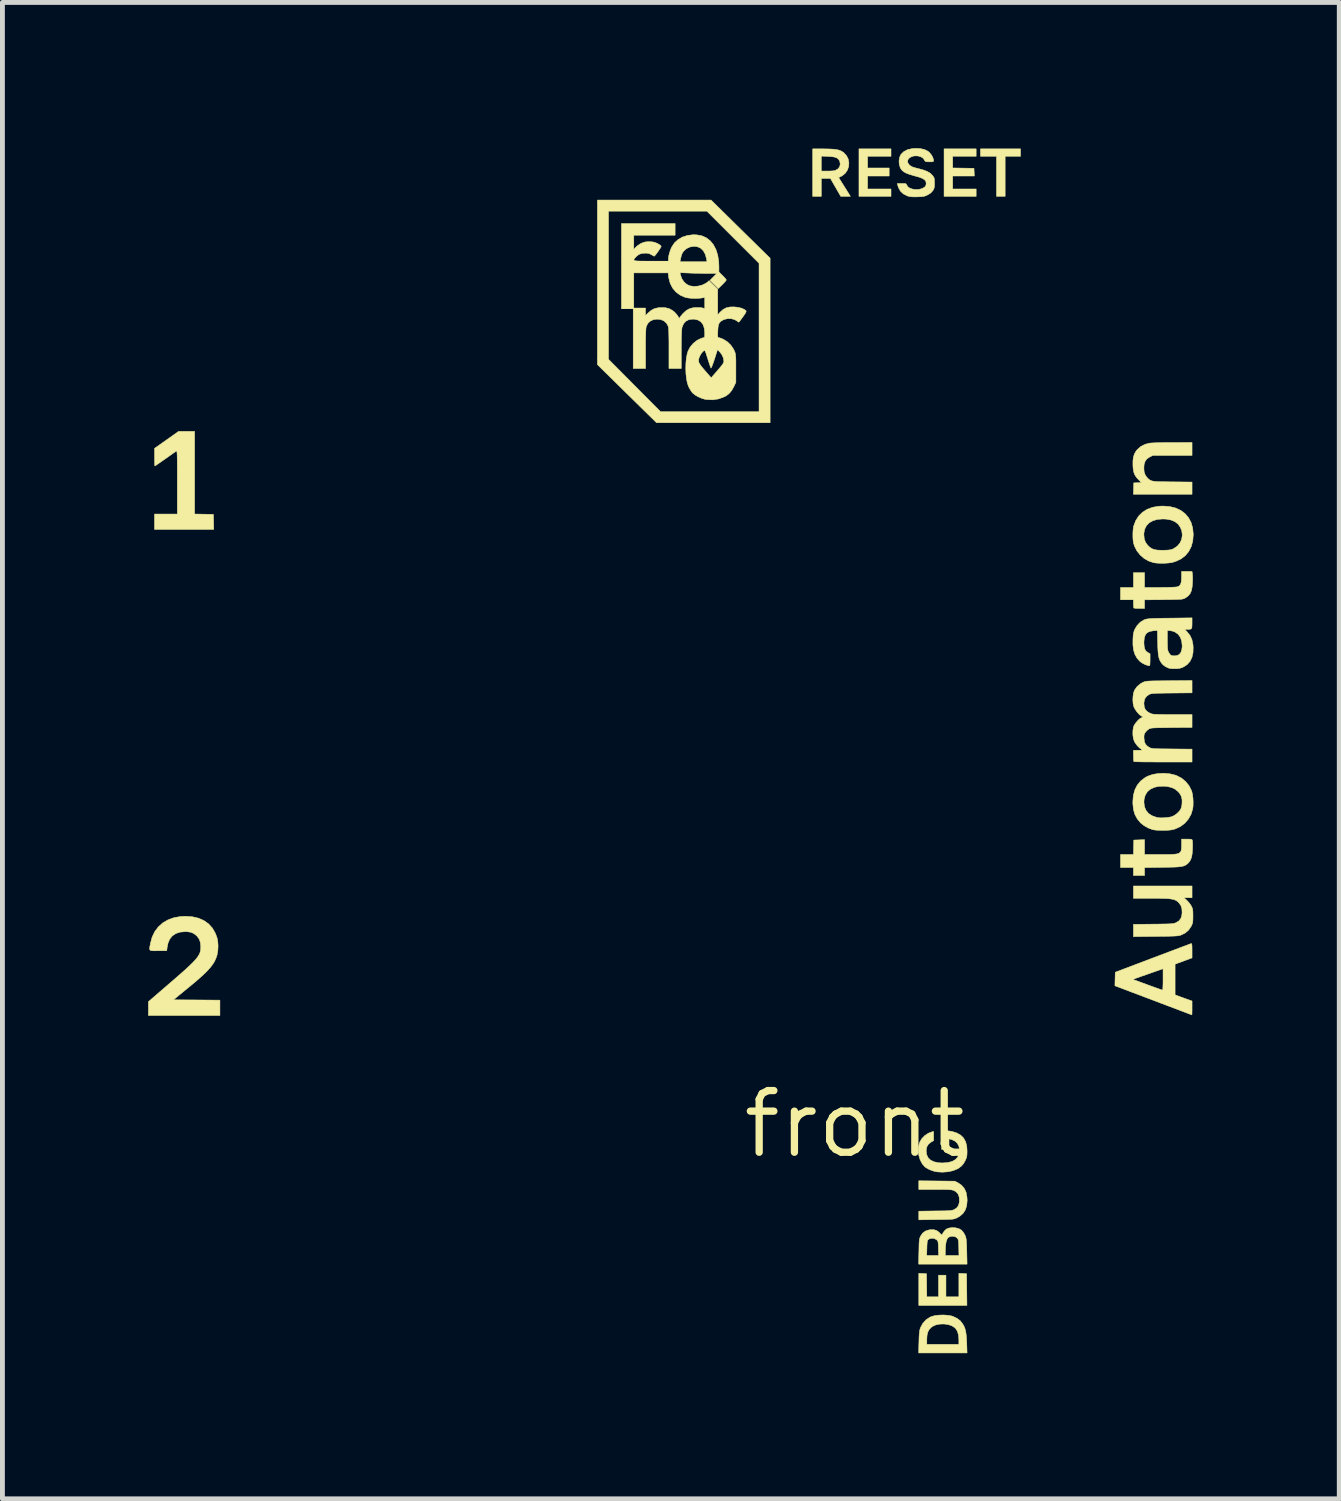
<source format=kicad_pcb>
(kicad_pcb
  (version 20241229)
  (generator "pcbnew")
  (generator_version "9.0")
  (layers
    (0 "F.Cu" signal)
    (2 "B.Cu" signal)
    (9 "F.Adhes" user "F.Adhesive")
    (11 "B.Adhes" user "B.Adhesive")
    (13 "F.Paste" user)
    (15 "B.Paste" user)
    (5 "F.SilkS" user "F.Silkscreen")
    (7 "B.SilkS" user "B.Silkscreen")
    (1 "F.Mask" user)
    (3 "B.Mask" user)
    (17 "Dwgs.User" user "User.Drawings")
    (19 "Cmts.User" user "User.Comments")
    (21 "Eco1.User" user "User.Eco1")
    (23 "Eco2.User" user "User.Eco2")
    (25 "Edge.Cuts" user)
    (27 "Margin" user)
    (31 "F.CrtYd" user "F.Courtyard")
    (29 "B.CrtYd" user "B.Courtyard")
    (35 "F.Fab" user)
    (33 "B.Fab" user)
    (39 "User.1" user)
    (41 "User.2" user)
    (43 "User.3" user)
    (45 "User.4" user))
  (footprint "front"
    (layer "F.Cu")
    (at 14.546 20.094)
    (property "Reference" "front" (at 0 0 0) (layer "F.SilkS") (effects (font (size 1.27 1.27) (thickness 0.15))))
    (attr through_hole)
    (fp_poly (pts (xy 3.416 -19.926) (xy 3.099 -19.926) (xy 3.099 -19.101) (xy 2.921 -19.101) (xy 2.921 -19.926) (xy 2.591 -19.926) (xy 2.591 -20.079) (xy 3.416 -20.079) (xy 3.416 -19.926)) (stroke (width 0.01) (type solid)) (fill yes) (layer "F.SilkS"))
    (fp_poly (pts (xy 0.749 -19.926) (xy 0.267 -19.926) (xy 0.267 -19.685) (xy 0.711 -19.685) (xy 0.711 -19.52) (xy 0.267 -19.52) (xy 0.267 -19.253) (xy 0.749 -19.253) (xy 0.749 -19.101) (xy 0.089 -19.101) (xy 0.089 -20.079) (xy 0.749 -20.079) (xy 0.749 -19.926)) (stroke (width 0.01) (type solid)) (fill yes) (layer "F.SilkS"))
    (fp_poly (pts (xy 2.502 -19.926) (xy 2.019 -19.926) (xy 2.019 -19.686) (xy 2.457 -19.679) (xy 2.465 -19.52) (xy 2.019 -19.52) (xy 2.019 -19.253) (xy 2.502 -19.253) (xy 2.502 -19.101) (xy 1.841 -19.101) (xy 1.841 -20.079) (xy 2.502 -20.079) (xy 2.502 -19.926)) (stroke (width 0.01) (type solid)) (fill yes) (layer "F.SilkS"))
    (fp_poly (pts (xy 2.226 3.076) (xy 2.305 3.08) (xy 2.312 3.734) (xy 1.321 3.734) (xy 1.321 3.072) (xy 1.4 3.076) (xy 1.48 3.08) (xy 1.486 3.556) (xy 1.727 3.556) (xy 1.727 3.111) (xy 1.88 3.111) (xy 1.88 3.556) (xy 2.146 3.556) (xy 2.146 3.072) (xy 2.226 3.076)) (stroke (width 0.01) (type solid)) (fill yes) (layer "F.SilkS"))
    (fp_poly (pts (xy -2.348 -18.426) (xy -1.74 -17.828) (xy -1.74 -14.44) (xy -4.078 -14.44) (xy -4.687 -15.038) (xy -5.296 -15.637) (xy -5.296 -18.796) (xy -5.067 -18.796) (xy -5.067 -15.746) (xy -3.996 -14.668) (xy -1.968 -14.668) (xy -1.968 -17.723) (xy -3.042 -18.796) (xy -5.067 -18.796) (xy -5.296 -18.796) (xy -5.296 -19.025) (xy -2.956 -19.025) (xy -2.348 -18.426)) (stroke (width 0.01) (type solid)) (fill yes) (layer "F.SilkS"))
    (fp_poly (pts (xy -13.589 -12.561) (xy -13.202 -12.554) (xy -13.198 -12.398) (xy -13.195 -12.243) (xy -14.415 -12.243) (xy -14.415 -12.56) (xy -13.945 -12.56) (xy -13.945 -13.215) (xy -13.945 -13.364) (xy -13.945 -13.489) (xy -13.946 -13.592) (xy -13.946 -13.676) (xy -13.948 -13.741) (xy -13.949 -13.79) (xy -13.952 -13.825) (xy -13.954 -13.847) (xy -13.957 -13.858) (xy -13.961 -13.86) (xy -13.961 -13.86) (xy -13.977 -13.849) (xy -14.009 -13.827) (xy -14.055 -13.794) (xy -14.112 -13.754) (xy -14.176 -13.709) (xy -14.189 -13.7) (xy -14.253 -13.655) (xy -14.31 -13.615) (xy -14.357 -13.583) (xy -14.39 -13.561) (xy -14.406 -13.551) (xy -14.407 -13.551) (xy -14.41 -13.563) (xy -14.412 -13.596) (xy -14.413 -13.645) (xy -14.414 -13.706) (xy -14.414 -13.732) (xy -14.414 -13.913) (xy -14.167 -14.087) (xy -13.92 -14.262) (xy -13.589 -14.262) (xy -13.589 -12.561)) (stroke (width 0.01) (type solid)) (fill yes) (layer "F.SilkS"))
    (fp_poly (pts (xy 6.891 -5.867) (xy 6.923 -5.865) (xy 6.941 -5.86) (xy 6.95 -5.85) (xy 6.955 -5.835) (xy 6.957 -5.809) (xy 6.959 -5.765) (xy 6.958 -5.709) (xy 6.957 -5.66) (xy 6.95 -5.568) (xy 6.937 -5.495) (xy 6.915 -5.438) (xy 6.885 -5.392) (xy 6.863 -5.369) (xy 6.839 -5.349) (xy 6.814 -5.332) (xy 6.787 -5.319) (xy 6.752 -5.308) (xy 6.708 -5.301) (xy 6.652 -5.295) (xy 6.579 -5.291) (xy 6.489 -5.289) (xy 6.377 -5.287) (xy 6.34 -5.286) (xy 5.969 -5.281) (xy 5.969 -5.118) (xy 5.74 -5.118) (xy 5.74 -5.283) (xy 5.474 -5.283) (xy 5.474 -5.55) (xy 5.74 -5.55) (xy 5.743 -5.699) (xy 5.747 -5.848) (xy 5.858 -5.852) (xy 5.969 -5.856) (xy 5.969 -5.55) (xy 6.3 -5.55) (xy 6.416 -5.55) (xy 6.509 -5.552) (xy 6.581 -5.556) (xy 6.636 -5.563) (xy 6.676 -5.576) (xy 6.702 -5.595) (xy 6.719 -5.621) (xy 6.727 -5.656) (xy 6.73 -5.701) (xy 6.731 -5.757) (xy 6.731 -5.76) (xy 6.731 -5.867) (xy 6.839 -5.867) (xy 6.891 -5.867)) (stroke (width 0.01) (type solid)) (fill yes) (layer "F.SilkS"))
    (fp_poly (pts (xy 6.947 -13.767) (xy 6.139 -13.767) (xy 6.074 -13.734) (xy 6.018 -13.696) (xy 5.981 -13.646) (xy 5.96 -13.58) (xy 5.955 -13.509) (xy 5.961 -13.429) (xy 5.983 -13.365) (xy 6.021 -13.312) (xy 6.027 -13.305) (xy 6.049 -13.284) (xy 6.068 -13.268) (xy 6.089 -13.255) (xy 6.114 -13.245) (xy 6.146 -13.237) (xy 6.188 -13.232) (xy 6.243 -13.228) (xy 6.314 -13.226) (xy 6.404 -13.225) (xy 6.516 -13.223) (xy 6.544 -13.223) (xy 6.947 -13.219) (xy 6.947 -12.967) (xy 5.739 -12.967) (xy 5.747 -13.202) (xy 5.825 -13.205) (xy 5.904 -13.209) (xy 5.848 -13.265) (xy 5.8 -13.318) (xy 5.767 -13.37) (xy 5.746 -13.426) (xy 5.734 -13.496) (xy 5.73 -13.559) (xy 5.73 -13.655) (xy 5.74 -13.733) (xy 5.76 -13.798) (xy 5.793 -13.855) (xy 5.818 -13.886) (xy 5.891 -13.951) (xy 5.979 -13.996) (xy 6.072 -14.02) (xy 6.105 -14.023) (xy 6.16 -14.026) (xy 6.232 -14.029) (xy 6.318 -14.031) (xy 6.413 -14.033) (xy 6.514 -14.033) (xy 6.55 -14.033) (xy 6.947 -14.034) (xy 6.947 -13.767)) (stroke (width 0.01) (type solid)) (fill yes) (layer "F.SilkS"))
    (fp_poly (pts (xy 1.917 3.936) (xy 1.995 3.95) (xy 2.024 3.959) (xy 2.108 3.999) (xy 2.174 4.049) (xy 2.224 4.113) (xy 2.251 4.159) (xy 2.27 4.206) (xy 2.285 4.26) (xy 2.295 4.324) (xy 2.303 4.404) (xy 2.308 4.505) (xy 2.308 4.505) (xy 2.315 4.712) (xy 1.318 4.712) (xy 1.322 4.534) (xy 1.486 4.534) (xy 2.146 4.534) (xy 2.146 4.441) (xy 2.138 4.342) (xy 2.115 4.263) (xy 2.075 4.204) (xy 2.063 4.192) (xy 2.001 4.152) (xy 1.924 4.127) (xy 1.839 4.115) (xy 1.753 4.118) (xy 1.672 4.134) (xy 1.603 4.166) (xy 1.581 4.182) (xy 1.536 4.228) (xy 1.507 4.282) (xy 1.491 4.349) (xy 1.486 4.429) (xy 1.486 4.534) (xy 1.322 4.534) (xy 1.324 4.486) (xy 1.326 4.401) (xy 1.329 4.337) (xy 1.334 4.288) (xy 1.339 4.25) (xy 1.347 4.218) (xy 1.358 4.187) (xy 1.359 4.185) (xy 1.404 4.102) (xy 1.469 4.03) (xy 1.549 3.977) (xy 1.582 3.962) (xy 1.651 3.943) (xy 1.736 3.933) (xy 1.828 3.93) (xy 1.917 3.936)) (stroke (width 0.01) (type solid)) (fill yes) (layer "F.SilkS"))
    (fp_poly (pts (xy 6.954 -11.334) (xy 6.957 -11.302) (xy 6.959 -11.252) (xy 6.958 -11.193) (xy 6.957 -11.153) (xy 6.949 -11.058) (xy 6.934 -10.983) (xy 6.909 -10.925) (xy 6.872 -10.879) (xy 6.822 -10.841) (xy 6.801 -10.829) (xy 6.785 -10.821) (xy 6.769 -10.815) (xy 6.748 -10.81) (xy 6.721 -10.806) (xy 6.683 -10.804) (xy 6.632 -10.802) (xy 6.565 -10.8) (xy 6.479 -10.799) (xy 6.371 -10.798) (xy 6.36 -10.797) (xy 5.969 -10.794) (xy 5.969 -10.617) (xy 5.863 -10.617) (xy 5.814 -10.618) (xy 5.774 -10.621) (xy 5.752 -10.624) (xy 5.749 -10.626) (xy 5.744 -10.642) (xy 5.741 -10.676) (xy 5.74 -10.715) (xy 5.74 -10.795) (xy 5.474 -10.795) (xy 5.474 -11.049) (xy 5.74 -11.049) (xy 5.74 -11.354) (xy 5.969 -11.354) (xy 5.969 -11.049) (xy 6.283 -11.049) (xy 6.381 -11.05) (xy 6.469 -11.051) (xy 6.543 -11.054) (xy 6.601 -11.057) (xy 6.638 -11.061) (xy 6.646 -11.063) (xy 6.682 -11.079) (xy 6.706 -11.106) (xy 6.722 -11.149) (xy 6.729 -11.21) (xy 6.731 -11.271) (xy 6.731 -11.379) (xy 6.946 -11.379) (xy 6.954 -11.334)) (stroke (width 0.01) (type solid)) (fill yes) (layer "F.SilkS"))
    (fp_poly (pts (xy -0.531 -20.077) (xy -0.444 -20.073) (xy -0.375 -20.065) (xy -0.319 -20.052) (xy -0.275 -20.034) (xy -0.236 -20.01) (xy -0.223 -20) (xy -0.167 -19.939) (xy -0.132 -19.869) (xy -0.118 -19.793) (xy -0.123 -19.717) (xy -0.147 -19.645) (xy -0.19 -19.58) (xy -0.252 -19.528) (xy -0.282 -19.511) (xy -0.329 -19.488) (xy -0.237 -19.342) (xy -0.2 -19.283) (xy -0.165 -19.228) (xy -0.137 -19.182) (xy -0.117 -19.151) (xy -0.116 -19.148) (xy -0.087 -19.101) (xy -0.186 -19.101) (xy -0.286 -19.101) (xy -0.392 -19.285) (xy -0.498 -19.469) (xy -0.686 -19.469) (xy -0.686 -19.101) (xy -0.864 -19.101) (xy -0.864 -19.622) (xy -0.686 -19.622) (xy -0.56 -19.622) (xy -0.501 -19.623) (xy -0.449 -19.626) (xy -0.41 -19.632) (xy -0.398 -19.635) (xy -0.343 -19.667) (xy -0.309 -19.711) (xy -0.296 -19.765) (xy -0.307 -19.824) (xy -0.309 -19.828) (xy -0.329 -19.863) (xy -0.358 -19.888) (xy -0.399 -19.906) (xy -0.457 -19.917) (xy -0.536 -19.923) (xy -0.549 -19.924) (xy -0.686 -19.93) (xy -0.686 -19.622) (xy -0.864 -19.622) (xy -0.864 -20.079) (xy -0.639 -20.079) (xy -0.531 -20.077)) (stroke (width 0.01) (type solid)) (fill yes) (layer "F.SilkS"))
    (fp_poly (pts (xy 1.692 1.171) (xy 2.064 1.175) (xy 2.129 1.209) (xy 2.203 1.26) (xy 2.258 1.325) (xy 2.295 1.405) (xy 2.313 1.503) (xy 2.317 1.575) (xy 2.307 1.679) (xy 2.279 1.767) (xy 2.232 1.839) (xy 2.164 1.898) (xy 2.108 1.929) (xy 2.087 1.939) (xy 2.068 1.946) (xy 2.046 1.952) (xy 2.02 1.957) (xy 1.985 1.96) (xy 1.938 1.962) (xy 1.876 1.964) (xy 1.796 1.965) (xy 1.694 1.966) (xy 1.68 1.966) (xy 1.321 1.971) (xy 1.321 1.793) (xy 1.661 1.788) (xy 1.764 1.787) (xy 1.845 1.786) (xy 1.907 1.784) (xy 1.953 1.781) (xy 1.987 1.778) (xy 2.013 1.773) (xy 2.032 1.767) (xy 2.049 1.76) (xy 2.05 1.759) (xy 2.102 1.725) (xy 2.134 1.683) (xy 2.152 1.626) (xy 2.157 1.583) (xy 2.153 1.505) (xy 2.132 1.443) (xy 2.092 1.397) (xy 2.054 1.373) (xy 2.036 1.365) (xy 2.017 1.359) (xy 1.994 1.354) (xy 1.963 1.351) (xy 1.922 1.348) (xy 1.866 1.347) (xy 1.792 1.346) (xy 1.698 1.346) (xy 1.66 1.346) (xy 1.321 1.346) (xy 1.321 1.167) (xy 1.692 1.171)) (stroke (width 0.01) (type solid)) (fill yes) (layer "F.SilkS"))
    (fp_poly (pts (xy 6.947 -4.661) (xy 6.782 -4.661) (xy 6.84 -4.607) (xy 6.879 -4.566) (xy 6.916 -4.517) (xy 6.932 -4.49) (xy 6.947 -4.459) (xy 6.957 -4.43) (xy 6.963 -4.398) (xy 6.965 -4.353) (xy 6.966 -4.291) (xy 6.966 -4.285) (xy 6.965 -4.222) (xy 6.963 -4.177) (xy 6.958 -4.143) (xy 6.948 -4.113) (xy 6.933 -4.08) (xy 6.928 -4.07) (xy 6.874 -3.992) (xy 6.803 -3.932) (xy 6.715 -3.89) (xy 6.694 -3.884) (xy 6.668 -3.879) (xy 6.636 -3.875) (xy 6.594 -3.872) (xy 6.54 -3.87) (xy 6.47 -3.868) (xy 6.381 -3.866) (xy 6.272 -3.865) (xy 6.194 -3.864) (xy 5.74 -3.859) (xy 5.74 -4.113) (xy 6.15 -4.117) (xy 6.263 -4.118) (xy 6.355 -4.12) (xy 6.426 -4.121) (xy 6.481 -4.123) (xy 6.523 -4.126) (xy 6.554 -4.129) (xy 6.578 -4.134) (xy 6.597 -4.139) (xy 6.614 -4.146) (xy 6.618 -4.148) (xy 6.674 -4.182) (xy 6.712 -4.227) (xy 6.734 -4.285) (xy 6.742 -4.351) (xy 6.738 -4.433) (xy 6.717 -4.5) (xy 6.676 -4.556) (xy 6.655 -4.576) (xy 6.63 -4.596) (xy 6.603 -4.611) (xy 6.571 -4.623) (xy 6.532 -4.632) (xy 6.483 -4.639) (xy 6.42 -4.644) (xy 6.34 -4.646) (xy 6.241 -4.648) (xy 6.12 -4.648) (xy 5.74 -4.648) (xy 5.74 -4.902) (xy 6.947 -4.902) (xy 6.947 -4.661)) (stroke (width 0.01) (type solid)) (fill yes) (layer "F.SilkS"))
    (fp_poly (pts (xy 1.883 0.133) (xy 2.004 0.151) (xy 2.104 0.183) (xy 2.184 0.228) (xy 2.244 0.288) (xy 2.285 0.363) (xy 2.309 0.455) (xy 2.315 0.553) (xy 2.314 0.614) (xy 2.31 0.66) (xy 2.3 0.698) (xy 2.284 0.737) (xy 2.245 0.809) (xy 2.201 0.862) (xy 2.144 0.906) (xy 2.112 0.924) (xy 2.023 0.96) (xy 1.92 0.982) (xy 1.81 0.99) (xy 1.702 0.984) (xy 1.643 0.973) (xy 1.581 0.953) (xy 1.519 0.926) (xy 1.466 0.895) (xy 1.443 0.878) (xy 1.39 0.815) (xy 1.349 0.736) (xy 1.322 0.646) (xy 1.31 0.552) (xy 1.316 0.46) (xy 1.339 0.376) (xy 1.339 0.375) (xy 1.383 0.299) (xy 1.446 0.235) (xy 1.521 0.186) (xy 1.591 0.16) (xy 1.626 0.152) (xy 1.626 0.341) (xy 1.573 0.371) (xy 1.519 0.414) (xy 1.485 0.472) (xy 1.473 0.544) (xy 1.473 0.548) (xy 1.483 0.628) (xy 1.513 0.693) (xy 1.564 0.742) (xy 1.635 0.776) (xy 1.726 0.796) (xy 1.81 0.8) (xy 1.918 0.792) (xy 2.006 0.769) (xy 2.075 0.731) (xy 2.123 0.678) (xy 2.151 0.61) (xy 2.159 0.544) (xy 2.149 0.464) (xy 2.118 0.4) (xy 2.068 0.351) (xy 1.998 0.318) (xy 1.978 0.313) (xy 1.943 0.304) (xy 1.943 0.521) (xy 1.791 0.521) (xy 1.791 0.124) (xy 1.883 0.133)) (stroke (width 0.01) (type solid)) (fill yes) (layer "F.SilkS"))
    (fp_poly (pts (xy 6.94 -3.71) (xy 6.944 -3.692) (xy 6.946 -3.658) (xy 6.947 -3.604) (xy 6.947 -3.572) (xy 6.947 -3.422) (xy 6.598 -3.293) (xy 6.598 -2.661) (xy 6.772 -2.597) (xy 6.947 -2.534) (xy 6.947 -2.391) (xy 6.947 -2.334) (xy 6.946 -2.288) (xy 6.945 -2.258) (xy 6.944 -2.248) (xy 6.932 -2.253) (xy 6.898 -2.265) (xy 6.846 -2.285) (xy 6.777 -2.311) (xy 6.695 -2.342) (xy 6.601 -2.378) (xy 6.498 -2.417) (xy 6.439 -2.439) (xy 6.317 -2.485) (xy 6.191 -2.533) (xy 6.065 -2.581) (xy 5.943 -2.627) (xy 5.83 -2.67) (xy 5.731 -2.707) (xy 5.651 -2.737) (xy 5.648 -2.739) (xy 5.359 -2.848) (xy 5.362 -2.98) (xy 5.727 -2.98) (xy 6.029 -2.869) (xy 6.111 -2.839) (xy 6.186 -2.812) (xy 6.25 -2.789) (xy 6.299 -2.772) (xy 6.33 -2.761) (xy 6.34 -2.757) (xy 6.344 -2.769) (xy 6.346 -2.802) (xy 6.348 -2.852) (xy 6.35 -2.916) (xy 6.35 -2.978) (xy 6.35 -3.199) (xy 6.15 -3.129) (xy 6.072 -3.101) (xy 5.993 -3.073) (xy 5.919 -3.048) (xy 5.859 -3.026) (xy 5.838 -3.019) (xy 5.727 -2.98) (xy 5.362 -2.98) (xy 5.362 -2.988) (xy 5.366 -3.127) (xy 6.134 -3.418) (xy 6.267 -3.468) (xy 6.394 -3.516) (xy 6.512 -3.561) (xy 6.619 -3.601) (xy 6.714 -3.637) (xy 6.793 -3.667) (xy 6.856 -3.69) (xy 6.9 -3.707) (xy 6.922 -3.715) (xy 6.925 -3.716) (xy 6.934 -3.717) (xy 6.94 -3.71)) (stroke (width 0.01) (type solid)) (fill yes) (layer "F.SilkS"))
    (fp_poly (pts (xy -13.637 -4.269) (xy -13.51 -4.24) (xy -13.398 -4.191) (xy -13.302 -4.123) (xy -13.224 -4.037) (xy -13.163 -3.932) (xy -13.127 -3.836) (xy -13.112 -3.759) (xy -13.106 -3.668) (xy -13.111 -3.575) (xy -13.125 -3.49) (xy -13.132 -3.464) (xy -13.153 -3.406) (xy -13.179 -3.349) (xy -13.214 -3.293) (xy -13.258 -3.234) (xy -13.313 -3.171) (xy -13.381 -3.102) (xy -13.464 -3.026) (xy -13.563 -2.939) (xy -13.681 -2.841) (xy -13.728 -2.802) (xy -14.025 -2.559) (xy -13.547 -2.556) (xy -13.068 -2.552) (xy -13.068 -2.235) (xy -14.541 -2.235) (xy -14.541 -2.378) (xy -14.54 -2.521) (xy -14.121 -2.883) (xy -13.991 -2.995) (xy -13.879 -3.093) (xy -13.784 -3.177) (xy -13.705 -3.25) (xy -13.64 -3.313) (xy -13.587 -3.368) (xy -13.546 -3.416) (xy -13.515 -3.459) (xy -13.492 -3.498) (xy -13.477 -3.535) (xy -13.468 -3.571) (xy -13.464 -3.609) (xy -13.462 -3.649) (xy -13.462 -3.651) (xy -13.47 -3.737) (xy -13.494 -3.807) (xy -13.537 -3.867) (xy -13.553 -3.882) (xy -13.607 -3.924) (xy -13.667 -3.95) (xy -13.741 -3.961) (xy -13.783 -3.962) (xy -13.888 -3.953) (xy -13.976 -3.924) (xy -14.047 -3.876) (xy -14.101 -3.81) (xy -14.137 -3.725) (xy -14.154 -3.642) (xy -14.163 -3.569) (xy -14.34 -3.569) (xy -14.413 -3.568) (xy -14.463 -3.569) (xy -14.495 -3.575) (xy -14.511 -3.589) (xy -14.516 -3.614) (xy -14.511 -3.654) (xy -14.5 -3.712) (xy -14.497 -3.727) (xy -14.463 -3.853) (xy -14.408 -3.966) (xy -14.335 -4.062) (xy -14.244 -4.143) (xy -14.136 -4.206) (xy -14.014 -4.25) (xy -13.879 -4.274) (xy -13.78 -4.279) (xy -13.637 -4.269)) (stroke (width 0.01) (type solid)) (fill yes) (layer "F.SilkS"))
    (fp_poly (pts (xy 6.486 -12.715) (xy 6.608 -12.685) (xy 6.714 -12.636) (xy 6.803 -12.569) (xy 6.874 -12.486) (xy 6.927 -12.387) (xy 6.96 -12.272) (xy 6.972 -12.144) (xy 6.972 -12.135) (xy 6.962 -12.006) (xy 6.93 -11.89) (xy 6.879 -11.79) (xy 6.808 -11.704) (xy 6.719 -11.636) (xy 6.612 -11.586) (xy 6.538 -11.563) (xy 6.477 -11.554) (xy 6.4 -11.548) (xy 6.318 -11.546) (xy 6.238 -11.549) (xy 6.171 -11.556) (xy 6.16 -11.558) (xy 6.058 -11.591) (xy 5.963 -11.644) (xy 5.88 -11.716) (xy 5.811 -11.802) (xy 5.762 -11.899) (xy 5.741 -11.965) (xy 5.733 -12.02) (xy 5.729 -12.09) (xy 5.729 -12.137) (xy 5.955 -12.137) (xy 5.963 -12.05) (xy 5.99 -11.977) (xy 6.036 -11.915) (xy 6.08 -11.874) (xy 6.124 -11.846) (xy 6.174 -11.828) (xy 6.236 -11.818) (xy 6.315 -11.815) (xy 6.363 -11.815) (xy 6.429 -11.817) (xy 6.476 -11.821) (xy 6.512 -11.827) (xy 6.542 -11.837) (xy 6.574 -11.852) (xy 6.574 -11.852) (xy 6.647 -11.903) (xy 6.7 -11.968) (xy 6.734 -12.044) (xy 6.746 -12.127) (xy 6.736 -12.212) (xy 6.71 -12.28) (xy 6.663 -12.349) (xy 6.598 -12.402) (xy 6.516 -12.437) (xy 6.415 -12.456) (xy 6.343 -12.459) (xy 6.234 -12.45) (xy 6.141 -12.423) (xy 6.066 -12.381) (xy 6.009 -12.322) (xy 5.972 -12.249) (xy 5.955 -12.162) (xy 5.955 -12.137) (xy 5.729 -12.137) (xy 5.729 -12.166) (xy 5.733 -12.238) (xy 5.741 -12.297) (xy 5.745 -12.313) (xy 5.787 -12.424) (xy 5.847 -12.519) (xy 5.926 -12.597) (xy 6.021 -12.657) (xy 6.133 -12.699) (xy 6.259 -12.721) (xy 6.349 -12.725) (xy 6.486 -12.715)) (stroke (width 0.01) (type solid)) (fill yes) (layer "F.SilkS"))
    (fp_poly (pts (xy 6.486 -7.213) (xy 6.596 -7.187) (xy 6.63 -7.175) (xy 6.729 -7.124) (xy 6.815 -7.053) (xy 6.886 -6.966) (xy 6.936 -6.867) (xy 6.941 -6.852) (xy 6.956 -6.788) (xy 6.966 -6.71) (xy 6.97 -6.626) (xy 6.968 -6.545) (xy 6.96 -6.487) (xy 6.926 -6.376) (xy 6.87 -6.278) (xy 6.796 -6.193) (xy 6.705 -6.125) (xy 6.6 -6.077) (xy 6.559 -6.065) (xy 6.505 -6.055) (xy 6.435 -6.049) (xy 6.357 -6.047) (xy 6.278 -6.048) (xy 6.206 -6.052) (xy 6.149 -6.06) (xy 6.134 -6.063) (xy 6.044 -6.097) (xy 5.959 -6.145) (xy 5.889 -6.2) (xy 5.887 -6.203) (xy 5.82 -6.283) (xy 5.772 -6.371) (xy 5.742 -6.471) (xy 5.729 -6.587) (xy 5.728 -6.629) (xy 5.956 -6.629) (xy 5.967 -6.537) (xy 5.999 -6.46) (xy 6.051 -6.396) (xy 6.123 -6.349) (xy 6.213 -6.317) (xy 6.267 -6.307) (xy 6.311 -6.305) (xy 6.369 -6.307) (xy 6.431 -6.312) (xy 6.487 -6.32) (xy 6.516 -6.326) (xy 6.574 -6.35) (xy 6.633 -6.391) (xy 6.684 -6.442) (xy 6.701 -6.464) (xy 6.723 -6.505) (xy 6.735 -6.553) (xy 6.741 -6.602) (xy 6.741 -6.681) (xy 6.727 -6.746) (xy 6.696 -6.802) (xy 6.666 -6.84) (xy 6.603 -6.893) (xy 6.528 -6.929) (xy 6.437 -6.951) (xy 6.375 -6.957) (xy 6.263 -6.954) (xy 6.168 -6.933) (xy 6.088 -6.895) (xy 6.026 -6.841) (xy 5.983 -6.771) (xy 5.96 -6.686) (xy 5.956 -6.629) (xy 5.728 -6.629) (xy 5.728 -6.637) (xy 5.738 -6.766) (xy 5.769 -6.881) (xy 5.82 -6.981) (xy 5.891 -7.066) (xy 5.982 -7.135) (xy 6.039 -7.165) (xy 6.137 -7.199) (xy 6.249 -7.218) (xy 6.367 -7.223) (xy 6.486 -7.213)) (stroke (width 0.01) (type solid)) (fill yes) (layer "F.SilkS"))
    (fp_poly (pts (xy 2.082 2.136) (xy 2.149 2.154) (xy 2.194 2.179) (xy 2.228 2.214) (xy 2.26 2.263) (xy 2.27 2.283) (xy 2.281 2.308) (xy 2.289 2.332) (xy 2.295 2.36) (xy 2.3 2.394) (xy 2.303 2.44) (xy 2.306 2.502) (xy 2.308 2.584) (xy 2.309 2.618) (xy 2.315 2.883) (xy 1.318 2.883) (xy 1.321 2.705) (xy 1.484 2.705) (xy 1.729 2.705) (xy 1.867 2.705) (xy 2.148 2.705) (xy 2.144 2.541) (xy 2.142 2.473) (xy 2.139 2.425) (xy 2.135 2.393) (xy 2.129 2.372) (xy 2.119 2.356) (xy 2.109 2.344) (xy 2.071 2.319) (xy 2.022 2.309) (xy 1.971 2.314) (xy 1.929 2.333) (xy 1.92 2.341) (xy 1.898 2.379) (xy 1.881 2.439) (xy 1.871 2.517) (xy 1.867 2.611) (xy 1.867 2.613) (xy 1.867 2.705) (xy 1.729 2.705) (xy 1.725 2.558) (xy 1.723 2.495) (xy 1.72 2.451) (xy 1.716 2.423) (xy 1.708 2.405) (xy 1.697 2.39) (xy 1.685 2.38) (xy 1.64 2.356) (xy 1.588 2.35) (xy 1.54 2.362) (xy 1.522 2.374) (xy 1.509 2.386) (xy 1.501 2.4) (xy 1.495 2.423) (xy 1.492 2.458) (xy 1.489 2.511) (xy 1.488 2.552) (xy 1.484 2.705) (xy 1.321 2.705) (xy 1.323 2.626) (xy 1.325 2.538) (xy 1.326 2.471) (xy 1.329 2.421) (xy 1.333 2.384) (xy 1.338 2.357) (xy 1.346 2.334) (xy 1.355 2.311) (xy 1.357 2.307) (xy 1.401 2.244) (xy 1.459 2.201) (xy 1.532 2.178) (xy 1.563 2.174) (xy 1.632 2.175) (xy 1.687 2.19) (xy 1.734 2.224) (xy 1.755 2.246) (xy 1.779 2.27) (xy 1.795 2.281) (xy 1.799 2.279) (xy 1.819 2.241) (xy 1.849 2.2) (xy 1.881 2.168) (xy 1.887 2.163) (xy 1.943 2.14) (xy 2.011 2.131) (xy 2.082 2.136)) (stroke (width 0.01) (type solid)) (fill yes) (layer "F.SilkS"))
    (fp_poly (pts (xy 1.343 -20.086) (xy 1.435 -20.067) (xy 1.509 -20.03) (xy 1.532 -20.012) (xy 1.571 -19.968) (xy 1.603 -19.917) (xy 1.622 -19.865) (xy 1.625 -19.841) (xy 1.624 -19.825) (xy 1.615 -19.817) (xy 1.593 -19.813) (xy 1.552 -19.812) (xy 1.54 -19.812) (xy 1.494 -19.813) (xy 1.467 -19.816) (xy 1.451 -19.825) (xy 1.441 -19.842) (xy 1.437 -19.85) (xy 1.406 -19.89) (xy 1.358 -19.918) (xy 1.298 -19.934) (xy 1.233 -19.934) (xy 1.196 -19.927) (xy 1.139 -19.902) (xy 1.104 -19.868) (xy 1.09 -19.827) (xy 1.099 -19.784) (xy 1.131 -19.743) (xy 1.176 -19.713) (xy 1.199 -19.704) (xy 1.24 -19.691) (xy 1.293 -19.677) (xy 1.333 -19.667) (xy 1.422 -19.642) (xy 1.491 -19.616) (xy 1.544 -19.586) (xy 1.586 -19.551) (xy 1.605 -19.528) (xy 1.625 -19.502) (xy 1.637 -19.478) (xy 1.642 -19.449) (xy 1.644 -19.407) (xy 1.645 -19.375) (xy 1.644 -19.32) (xy 1.639 -19.282) (xy 1.63 -19.253) (xy 1.614 -19.224) (xy 1.61 -19.219) (xy 1.567 -19.171) (xy 1.505 -19.132) (xy 1.502 -19.131) (xy 1.466 -19.114) (xy 1.433 -19.103) (xy 1.395 -19.097) (xy 1.346 -19.093) (xy 1.289 -19.091) (xy 1.218 -19.09) (xy 1.165 -19.093) (xy 1.122 -19.1) (xy 1.083 -19.111) (xy 1.082 -19.112) (xy 1.003 -19.152) (xy 0.943 -19.209) (xy 0.902 -19.282) (xy 0.888 -19.326) (xy 0.879 -19.367) (xy 0.97 -19.367) (xy 1.017 -19.367) (xy 1.046 -19.364) (xy 1.061 -19.356) (xy 1.071 -19.341) (xy 1.076 -19.329) (xy 1.102 -19.292) (xy 1.147 -19.265) (xy 1.204 -19.248) (xy 1.267 -19.241) (xy 1.332 -19.246) (xy 1.392 -19.263) (xy 1.441 -19.292) (xy 1.445 -19.295) (xy 1.468 -19.33) (xy 1.473 -19.369) (xy 1.466 -19.409) (xy 1.441 -19.442) (xy 1.398 -19.47) (xy 1.333 -19.495) (xy 1.293 -19.506) (xy 1.194 -19.534) (xy 1.116 -19.558) (xy 1.056 -19.582) (xy 1.012 -19.607) (xy 0.979 -19.634) (xy 0.954 -19.666) (xy 0.939 -19.693) (xy 0.919 -19.758) (xy 0.914 -19.829) (xy 0.924 -19.899) (xy 0.949 -19.958) (xy 0.957 -19.969) (xy 1.014 -20.024) (xy 1.09 -20.063) (xy 1.183 -20.084) (xy 1.233 -20.089) (xy 1.343 -20.086)) (stroke (width 0.01) (type solid)) (fill yes) (layer "F.SilkS"))
    (fp_poly (pts (xy 6.947 -10.312) (xy 6.946 -10.255) (xy 6.942 -10.218) (xy 6.93 -10.197) (xy 6.908 -10.188) (xy 6.871 -10.185) (xy 6.853 -10.185) (xy 6.798 -10.185) (xy 6.849 -10.132) (xy 6.905 -10.06) (xy 6.943 -9.98) (xy 6.964 -9.887) (xy 6.97 -9.822) (xy 6.967 -9.707) (xy 6.945 -9.609) (xy 6.906 -9.528) (xy 6.847 -9.462) (xy 6.781 -9.418) (xy 6.738 -9.397) (xy 6.696 -9.385) (xy 6.646 -9.378) (xy 6.61 -9.376) (xy 6.535 -9.377) (xy 6.477 -9.385) (xy 6.461 -9.39) (xy 6.396 -9.421) (xy 6.346 -9.46) (xy 6.32 -9.49) (xy 6.296 -9.525) (xy 6.278 -9.562) (xy 6.264 -9.605) (xy 6.254 -9.658) (xy 6.247 -9.724) (xy 6.242 -9.808) (xy 6.239 -9.911) (xy 6.237 -9.963) (xy 6.439 -9.963) (xy 6.439 -9.885) (xy 6.441 -9.828) (xy 6.444 -9.787) (xy 6.449 -9.756) (xy 6.456 -9.733) (xy 6.464 -9.716) (xy 6.485 -9.682) (xy 6.506 -9.657) (xy 6.512 -9.653) (xy 6.549 -9.642) (xy 6.598 -9.641) (xy 6.646 -9.65) (xy 6.666 -9.658) (xy 6.706 -9.692) (xy 6.732 -9.748) (xy 6.743 -9.822) (xy 6.744 -9.846) (xy 6.734 -9.943) (xy 6.706 -10.023) (xy 6.66 -10.086) (xy 6.594 -10.132) (xy 6.585 -10.136) (xy 6.54 -10.151) (xy 6.495 -10.159) (xy 6.487 -10.16) (xy 6.439 -10.16) (xy 6.439 -9.963) (xy 6.237 -9.963) (xy 6.233 -10.163) (xy 6.15 -10.157) (xy 6.078 -10.144) (xy 6.024 -10.118) (xy 5.987 -10.076) (xy 5.965 -10.016) (xy 5.957 -9.936) (xy 5.956 -9.914) (xy 5.961 -9.837) (xy 5.974 -9.78) (xy 6 -9.738) (xy 6.038 -9.709) (xy 6.04 -9.708) (xy 6.083 -9.684) (xy 6.083 -9.56) (xy 6.082 -9.508) (xy 6.08 -9.466) (xy 6.076 -9.441) (xy 6.073 -9.436) (xy 6.029 -9.444) (xy 5.975 -9.464) (xy 5.921 -9.492) (xy 5.876 -9.524) (xy 5.871 -9.529) (xy 5.813 -9.594) (xy 5.771 -9.67) (xy 5.743 -9.758) (xy 5.73 -9.863) (xy 5.73 -9.978) (xy 5.734 -10.047) (xy 5.74 -10.098) (xy 5.75 -10.139) (xy 5.764 -10.177) (xy 5.768 -10.187) (xy 5.817 -10.267) (xy 5.88 -10.333) (xy 5.954 -10.379) (xy 5.955 -10.38) (xy 5.974 -10.387) (xy 5.993 -10.394) (xy 6.016 -10.399) (xy 6.044 -10.403) (xy 6.081 -10.407) (xy 6.128 -10.41) (xy 6.19 -10.412) (xy 6.267 -10.414) (xy 6.363 -10.416) (xy 6.479 -10.417) (xy 6.569 -10.418) (xy 6.947 -10.423) (xy 6.947 -10.312)) (stroke (width 0.01) (type solid)) (fill yes) (layer "F.SilkS"))
    (fp_poly (pts (xy 6.947 -8.879) (xy 6.531 -8.875) (xy 6.416 -8.874) (xy 6.324 -8.872) (xy 6.252 -8.871) (xy 6.196 -8.869) (xy 6.154 -8.866) (xy 6.123 -8.863) (xy 6.1 -8.859) (xy 6.082 -8.853) (xy 6.066 -8.847) (xy 6.064 -8.846) (xy 6.009 -8.806) (xy 5.973 -8.755) (xy 5.958 -8.688) (xy 5.956 -8.658) (xy 5.964 -8.586) (xy 5.988 -8.53) (xy 6.032 -8.488) (xy 6.076 -8.463) (xy 6.094 -8.455) (xy 6.112 -8.448) (xy 6.132 -8.443) (xy 6.158 -8.439) (xy 6.192 -8.437) (xy 6.237 -8.435) (xy 6.297 -8.434) (xy 6.375 -8.433) (xy 6.473 -8.433) (xy 6.544 -8.433) (xy 6.947 -8.433) (xy 6.947 -8.167) (xy 6.525 -8.164) (xy 6.409 -8.162) (xy 6.317 -8.161) (xy 6.244 -8.16) (xy 6.188 -8.158) (xy 6.146 -8.156) (xy 6.115 -8.153) (xy 6.093 -8.148) (xy 6.077 -8.143) (xy 6.063 -8.137) (xy 6.058 -8.134) (xy 6.02 -8.105) (xy 5.987 -8.068) (xy 5.984 -8.064) (xy 5.967 -8.035) (xy 5.959 -8.005) (xy 5.957 -7.964) (xy 5.959 -7.937) (xy 5.967 -7.871) (xy 5.988 -7.822) (xy 6.025 -7.783) (xy 6.064 -7.757) (xy 6.079 -7.749) (xy 6.094 -7.743) (xy 6.112 -7.738) (xy 6.136 -7.734) (xy 6.168 -7.731) (xy 6.213 -7.729) (xy 6.272 -7.727) (xy 6.349 -7.726) (xy 6.447 -7.725) (xy 6.531 -7.724) (xy 6.947 -7.72) (xy 6.947 -7.455) (xy 6.352 -7.455) (xy 6.232 -7.455) (xy 6.119 -7.456) (xy 6.017 -7.456) (xy 5.927 -7.457) (xy 5.853 -7.459) (xy 5.797 -7.46) (xy 5.761 -7.462) (xy 5.749 -7.463) (xy 5.745 -7.479) (xy 5.742 -7.514) (xy 5.741 -7.561) (xy 5.74 -7.584) (xy 5.74 -7.696) (xy 5.839 -7.697) (xy 5.887 -7.697) (xy 5.913 -7.7) (xy 5.92 -7.705) (xy 5.912 -7.711) (xy 5.864 -7.746) (xy 5.816 -7.795) (xy 5.775 -7.851) (xy 5.758 -7.88) (xy 5.738 -7.943) (xy 5.728 -8.019) (xy 5.729 -8.099) (xy 5.74 -8.173) (xy 5.743 -8.184) (xy 5.759 -8.217) (xy 5.786 -8.257) (xy 5.82 -8.298) (xy 5.856 -8.334) (xy 5.888 -8.359) (xy 5.911 -8.369) (xy 5.911 -8.369) (xy 5.929 -8.375) (xy 5.927 -8.388) (xy 5.907 -8.401) (xy 5.906 -8.401) (xy 5.877 -8.419) (xy 5.841 -8.454) (xy 5.804 -8.498) (xy 5.772 -8.546) (xy 5.749 -8.591) (xy 5.746 -8.6) (xy 5.733 -8.661) (xy 5.728 -8.734) (xy 5.732 -8.81) (xy 5.743 -8.879) (xy 5.762 -8.933) (xy 5.762 -8.934) (xy 5.815 -9.008) (xy 5.886 -9.068) (xy 5.937 -9.096) (xy 5.954 -9.103) (xy 5.971 -9.109) (xy 5.991 -9.114) (xy 6.016 -9.118) (xy 6.049 -9.121) (xy 6.093 -9.123) (xy 6.15 -9.125) (xy 6.224 -9.126) (xy 6.317 -9.127) (xy 6.432 -9.128) (xy 6.474 -9.129) (xy 6.947 -9.133) (xy 6.947 -8.879)) (stroke (width 0.01) (type solid)) (fill yes) (layer "F.SilkS"))
    (fp_poly (pts (xy -3.696 -18.301) (xy -4.547 -18.301) (xy -4.547 -18.008) (xy -4.508 -18.052) (xy -4.474 -18.083) (xy -4.429 -18.114) (xy -4.397 -18.132) (xy -4.351 -18.152) (xy -4.309 -18.163) (xy -4.259 -18.167) (xy -4.229 -18.167) (xy -4.171 -18.165) (xy -4.127 -18.157) (xy -4.084 -18.142) (xy -4.057 -18.129) (xy -4.015 -18.105) (xy -3.989 -18.084) (xy -3.983 -18.072) (xy -3.99 -18.054) (xy -4.008 -18.024) (xy -4.034 -17.986) (xy -4.062 -17.945) (xy -4.089 -17.909) (xy -4.112 -17.882) (xy -4.125 -17.869) (xy -4.126 -17.869) (xy -4.141 -17.876) (xy -4.169 -17.891) (xy -4.185 -17.901) (xy -4.229 -17.922) (xy -4.277 -17.931) (xy -4.309 -17.932) (xy -4.383 -17.926) (xy -4.442 -17.905) (xy -4.492 -17.866) (xy -4.506 -17.851) (xy -4.526 -17.828) (xy -4.54 -17.809) (xy -4.546 -17.794) (xy -4.541 -17.784) (xy -4.523 -17.776) (xy -4.489 -17.772) (xy -4.439 -17.769) (xy -4.369 -17.768) (xy -4.277 -17.767) (xy -4.191 -17.767) (xy -3.835 -17.767) (xy -3.835 -17.809) (xy -3.83 -17.863) (xy -3.814 -17.929) (xy -3.792 -17.998) (xy -3.767 -18.057) (xy -3.71 -18.143) (xy -3.634 -18.212) (xy -3.544 -18.264) (xy -3.44 -18.297) (xy -3.325 -18.311) (xy -3.255 -18.309) (xy -3.149 -18.29) (xy -3.055 -18.249) (xy -2.975 -18.188) (xy -2.908 -18.107) (xy -2.856 -18.008) (xy -2.819 -17.892) (xy -2.798 -17.76) (xy -2.794 -17.656) (xy -2.794 -17.544) (xy -2.718 -17.469) (xy -2.683 -17.433) (xy -2.656 -17.403) (xy -2.643 -17.383) (xy -2.642 -17.38) (xy -2.65 -17.366) (xy -2.673 -17.338) (xy -2.706 -17.303) (xy -2.724 -17.285) (xy -2.807 -17.203) (xy -2.978 -17.373) (xy -2.908 -17.443) (xy -2.839 -17.513) (xy -3.017 -17.513) (xy -3.098 -17.514) (xy -3.194 -17.516) (xy -3.293 -17.518) (xy -3.383 -17.521) (xy -3.394 -17.522) (xy -3.594 -17.53) (xy -3.586 -17.487) (xy -3.56 -17.41) (xy -3.516 -17.343) (xy -3.459 -17.291) (xy -3.392 -17.259) (xy -3.388 -17.258) (xy -3.307 -17.247) (xy -3.22 -17.254) (xy -3.136 -17.276) (xy -3.062 -17.312) (xy -3.025 -17.339) (xy -2.997 -17.366) (xy -2.819 -17.19) (xy -2.819 -16.663) (xy -2.768 -16.718) (xy -2.708 -16.772) (xy -2.641 -16.807) (xy -2.563 -16.824) (xy -2.477 -16.825) (xy -2.398 -16.816) (xy -2.326 -16.798) (xy -2.269 -16.772) (xy -2.234 -16.743) (xy -2.235 -16.725) (xy -2.253 -16.689) (xy -2.289 -16.636) (xy -2.34 -16.566) (xy -2.383 -16.511) (xy -2.394 -16.514) (xy -2.41 -16.527) (xy -2.467 -16.562) (xy -2.537 -16.582) (xy -2.611 -16.584) (xy -2.682 -16.568) (xy -2.705 -16.558) (xy -2.749 -16.532) (xy -2.779 -16.504) (xy -2.799 -16.469) (xy -2.81 -16.421) (xy -2.816 -16.354) (xy -2.817 -16.325) (xy -2.819 -16.266) (xy -2.819 -16.227) (xy -2.816 -16.205) (xy -2.81 -16.195) (xy -2.8 -16.193) (xy -2.798 -16.192) (xy -2.775 -16.187) (xy -2.738 -16.174) (xy -2.698 -16.156) (xy -2.619 -16.106) (xy -2.549 -16.038) (xy -2.494 -15.957) (xy -2.474 -15.916) (xy -2.464 -15.891) (xy -2.457 -15.867) (xy -2.452 -15.839) (xy -2.449 -15.805) (xy -2.446 -15.76) (xy -2.445 -15.7) (xy -2.445 -15.621) (xy -2.445 -15.557) (xy -2.445 -15.272) (xy -2.484 -15.189) (xy -2.529 -15.107) (xy -2.58 -15.045) (xy -2.641 -14.997) (xy -2.684 -14.974) (xy -2.8 -14.931) (xy -2.923 -14.912) (xy -3.049 -14.918) (xy -3.086 -14.924) (xy -3.15 -14.943) (xy -3.218 -14.973) (xy -3.281 -15.009) (xy -3.331 -15.048) (xy -3.341 -15.059) (xy -3.369 -15.096) (xy -3.398 -15.145) (xy -3.419 -15.184) (xy -3.444 -15.256) (xy -3.462 -15.347) (xy -3.473 -15.45) (xy -3.477 -15.559) (xy -3.474 -15.669) (xy -3.469 -15.719) (xy -3.214 -15.719) (xy -3.209 -15.689) (xy -3.194 -15.656) (xy -3.167 -15.616) (xy -3.126 -15.565) (xy -3.083 -15.515) (xy -2.953 -15.365) (xy -2.915 -15.41) (xy -2.89 -15.438) (xy -2.855 -15.479) (xy -2.814 -15.527) (xy -2.784 -15.561) (xy -2.738 -15.617) (xy -2.709 -15.659) (xy -2.695 -15.69) (xy -2.692 -15.704) (xy -2.704 -15.777) (xy -2.737 -15.848) (xy -2.773 -15.893) (xy -2.823 -15.945) (xy -2.885 -15.75) (xy -2.907 -15.685) (xy -2.927 -15.63) (xy -2.943 -15.59) (xy -2.954 -15.568) (xy -2.958 -15.565) (xy -2.965 -15.581) (xy -2.978 -15.616) (xy -2.995 -15.667) (xy -3.015 -15.728) (xy -3.024 -15.756) (xy -3.046 -15.826) (xy -3.062 -15.875) (xy -3.074 -15.906) (xy -3.084 -15.922) (xy -3.093 -15.927) (xy -3.101 -15.925) (xy -3.13 -15.9) (xy -3.161 -15.861) (xy -3.187 -15.815) (xy -3.199 -15.787) (xy -3.21 -15.75) (xy -3.214 -15.719) (xy -3.469 -15.719) (xy -3.464 -15.773) (xy -3.446 -15.864) (xy -3.43 -15.916) (xy -3.386 -15.999) (xy -3.323 -16.074) (xy -3.248 -16.134) (xy -3.207 -16.156) (xy -3.164 -16.175) (xy -3.128 -16.188) (xy -3.108 -16.192) (xy -3.097 -16.196) (xy -3.09 -16.208) (xy -3.087 -16.236) (xy -3.086 -16.283) (xy -3.086 -16.291) (xy -3.095 -16.385) (xy -3.121 -16.46) (xy -3.164 -16.517) (xy -3.223 -16.554) (xy -3.298 -16.572) (xy -3.334 -16.573) (xy -3.411 -16.563) (xy -3.474 -16.531) (xy -3.521 -16.48) (xy -3.551 -16.411) (xy -3.555 -16.395) (xy -3.559 -16.363) (xy -3.562 -16.309) (xy -3.565 -16.234) (xy -3.567 -16.143) (xy -3.568 -16.038) (xy -3.569 -15.944) (xy -3.569 -15.557) (xy -3.823 -15.557) (xy -3.823 -15.968) (xy -3.823 -16.107) (xy -3.825 -16.222) (xy -3.827 -16.311) (xy -3.831 -16.375) (xy -3.835 -16.414) (xy -3.837 -16.422) (xy -3.871 -16.487) (xy -3.923 -16.535) (xy -3.99 -16.564) (xy -4.064 -16.573) (xy -4.143 -16.563) (xy -4.208 -16.533) (xy -4.258 -16.485) (xy -4.29 -16.421) (xy -4.291 -16.415) (xy -4.296 -16.386) (xy -4.299 -16.334) (xy -4.302 -16.26) (xy -4.304 -16.166) (xy -4.305 -16.055) (xy -4.305 -15.961) (xy -4.305 -15.557) (xy -4.559 -15.557) (xy -4.559 -16.789) (xy -4.801 -16.789) (xy -4.801 -17.526) (xy -4.547 -17.526) (xy -4.547 -16.802) (xy -4.305 -16.802) (xy -4.305 -16.647) (xy -4.255 -16.698) (xy -4.191 -16.753) (xy -4.124 -16.789) (xy -4.045 -16.808) (xy -3.999 -16.812) (xy -3.903 -16.81) (xy -3.821 -16.791) (xy -3.75 -16.752) (xy -3.707 -16.717) (xy -3.673 -16.681) (xy -3.644 -16.644) (xy -3.631 -16.622) (xy -3.619 -16.596) (xy -3.611 -16.592) (xy -3.601 -16.605) (xy -3.585 -16.628) (xy -3.559 -16.66) (xy -3.538 -16.685) (xy -3.474 -16.745) (xy -3.409 -16.784) (xy -3.335 -16.806) (xy -3.278 -16.812) (xy -3.223 -16.813) (xy -3.172 -16.811) (xy -3.135 -16.805) (xy -3.134 -16.805) (xy -3.086 -16.791) (xy -3.086 -17.02) (xy -3.14 -17.01) (xy -3.204 -17.002) (xy -3.28 -16.999) (xy -3.359 -17.002) (xy -3.432 -17.01) (xy -3.489 -17.022) (xy -3.493 -17.023) (xy -3.595 -17.069) (xy -3.681 -17.133) (xy -3.749 -17.215) (xy -3.798 -17.312) (xy -3.827 -17.422) (xy -3.831 -17.453) (xy -3.839 -17.526) (xy -4.547 -17.526) (xy -4.801 -17.526) (xy -4.801 -17.755) (xy -3.596 -17.755) (xy -3.039 -17.755) (xy -3.051 -17.821) (xy -3.076 -17.911) (xy -3.117 -17.983) (xy -3.17 -18.034) (xy -3.237 -18.064) (xy -3.302 -18.072) (xy -3.387 -18.06) (xy -3.461 -18.026) (xy -3.514 -17.979) (xy -3.539 -17.947) (xy -3.557 -17.911) (xy -3.572 -17.864) (xy -3.587 -17.798) (xy -3.588 -17.796) (xy -3.596 -17.755) (xy -4.801 -17.755) (xy -4.801 -18.542) (xy -3.696 -18.542) (xy -3.696 -18.301)) (stroke (width 0.01) (type solid)) (fill yes) (layer "F.SilkS")))
  (gr_rect
    (start -3 -3)
    (end 24.524 27.81)
    (stroke (width 0.1) (type default))
    (fill no)
    (layer "Edge.Cuts")))
</source>
